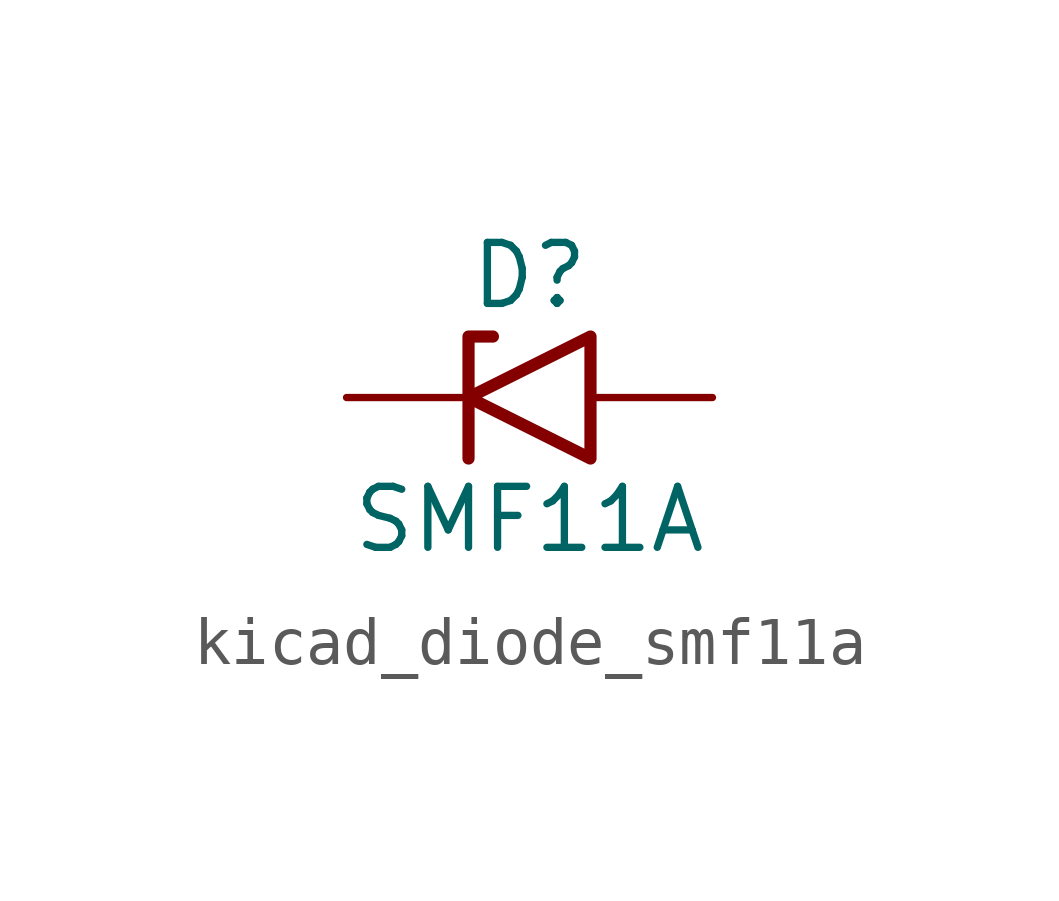
<source format=kicad_sym>
(kicad_symbol_lib
  (version 20220914)
  (generator kicad_symbol_editor)
  (symbol "kicad_diode_smf11a"
    (pin_numbers hide)
    (pin_names
      (offset 1.016) hide)
    (property "Reference" "D"
      (at 0 2.54 0)
      (effects (font (size 1.27 1.27))))
    (property "Value" "SMF11A"
      (at 0 -2.54 0)
      (effects (font (size 1.27 1.27))))
    (symbol "kicad_diode_smf11a_0_1"
      (polyline (pts (xy -0.762 1.27) (xy -1.27 1.27) (xy -1.27 -1.27)) (stroke (width 0.254) (type default)) (fill (type none)))
      (polyline (pts (xy 1.27 1.27) (xy 1.27 -1.27) (xy -1.27 0) (xy 1.27 1.27)) (stroke (width 0.254) (type default)) (fill (type none))))
    (symbol "kicad_diode_smf11a_1_1"
      (pin passive line (at -3.81 0 0) (length 2.54) (name "A1" (effects (font (size 1.27 1.27)))) (number "1" (effects (font (size 1.27 1.27)))))
      (pin passive line (at 3.81 0 180) (length 2.54) (name "A2" (effects (font (size 1.27 1.27)))) (number "2" (effects (font (size 1.27 1.27))))))))
</source>
